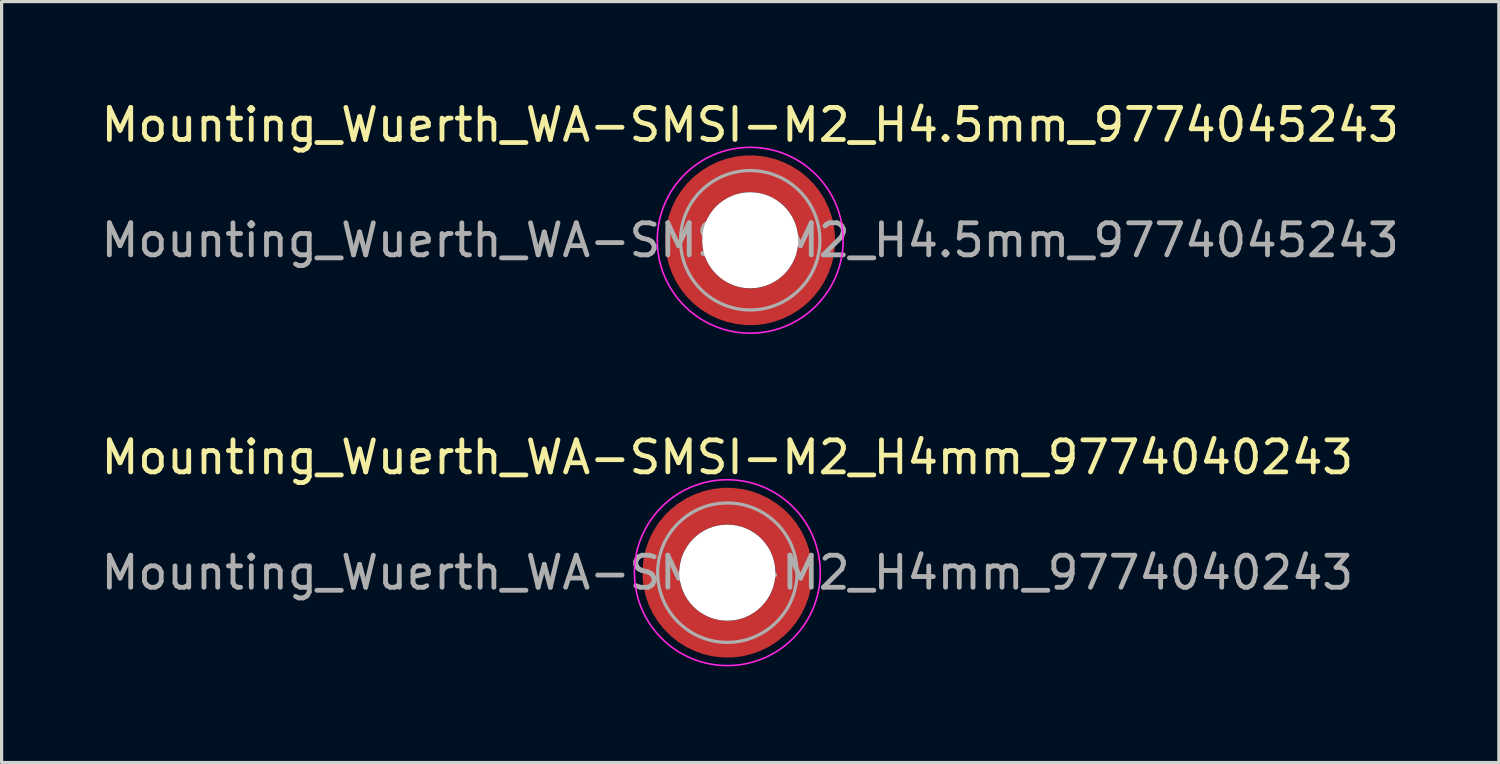
<source format=kicad_pcb>
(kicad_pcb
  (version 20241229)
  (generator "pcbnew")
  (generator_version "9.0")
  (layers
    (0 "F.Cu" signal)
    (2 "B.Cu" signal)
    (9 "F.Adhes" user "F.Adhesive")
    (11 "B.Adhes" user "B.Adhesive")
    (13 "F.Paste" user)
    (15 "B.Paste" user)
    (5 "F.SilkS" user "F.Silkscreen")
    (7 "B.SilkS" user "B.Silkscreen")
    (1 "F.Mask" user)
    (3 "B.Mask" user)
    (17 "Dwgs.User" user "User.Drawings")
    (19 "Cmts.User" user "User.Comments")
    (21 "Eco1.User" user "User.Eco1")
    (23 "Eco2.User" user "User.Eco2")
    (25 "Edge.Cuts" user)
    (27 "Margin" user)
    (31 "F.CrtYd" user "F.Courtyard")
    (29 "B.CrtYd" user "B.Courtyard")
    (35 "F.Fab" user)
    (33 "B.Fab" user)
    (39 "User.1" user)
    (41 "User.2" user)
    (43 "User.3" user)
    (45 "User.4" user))
  (footprint "Mounting_Wuerth_WA-SMSI-M2_H4.5mm_9774045243"
    (layer "F.Cu")
    (at 20.363 4.448)
    (property "Reference" "Mounting_Wuerth_WA-SMSI-M2_H4.5mm_9774045243" (at 0 -3.6 0) (layer "F.SilkS") (effects (font (size 1 1) (thickness 0.15))))
    (attr smd)
    (fp_circle (center 0 0) (end 2.9 0) (stroke (width 0.05) (type solid)) (fill no) (layer "F.CrtYd"))
    (fp_circle (center 0 0) (end 2.175 0) (stroke (width 0.1) (type solid)) (fill no) (layer "F.Fab"))
    (fp_text user "${REFERENCE}" (at 0 0 0) (layer "F.Fab") (effects (font (size 1 1) (thickness 0.15))))
    (pad "" smd custom (at -1.453 -1.453) (size 0.61 0.61) (layers "F.Paste") (options (anchor circle)) (primitives (gr_arc (start -0.147677 1.053104) (mid 0.285964 0.286792) (end 1.051968 -0.147393) (width 0.2)) (gr_arc (start -0.240295 1.053104) (mid 0.22253 0.222946) (end 1.052531 -0.24016) (width 0.2)) (gr_arc (start -0.332645 1.053104) (mid 0.158548 0.15965) (end 1.051583 -0.332304) (width 0.2)) (gr_arc (start -0.424767 1.053104) (mid 0.09486 0.096059) (end 1.051446 -0.424413) (width 0.2)) (gr_arc (start -0.516693 1.053104) (mid 0.031293 0.032346) (end 1.051645 -0.516396) (width 0.2)) (gr_arc (start -0.608448 1.053104) (mid -0.032323 -0.031316) (end 1.051707 -0.608176) (width 0.2)) (gr_arc (start -0.700056 1.053104) (mid -0.09616 -0.094758) (end 1.051155 -0.699693) (width 0.2)) (gr_arc (start -0.791534 1.053104) (mid -0.160388 -0.15781) (end 1.049515 -0.790891) (width 0.2)) (gr_arc (start -0.882896 1.053104) (mid -0.223713 -0.221764) (end 1.050388 -0.882429) (width 0.2)) (gr_arc (start -0.974157 1.053104) (mid -0.287654 -0.2851) (end 1.049541 -0.973566) (width 0.2)) (gr_line (start 1.053 -0.148) (end 1.053 -0.974) (width 0.2)) (gr_line (start -0.148 1.053) (end -0.974 1.053) (width 0.2))))
    (pad "" smd custom (at -1.453 1.453) (size 0.61 0.61) (layers "F.Paste") (options (anchor circle)) (primitives (gr_arc (start 1.053104 0.147677) (mid 0.286792 -0.285964) (end -0.147393 -1.051968) (width 0.2)) (gr_arc (start 1.053104 0.240295) (mid 0.222946 -0.22253) (end -0.24016 -1.052531) (width 0.2)) (gr_arc (start 1.053104 0.332645) (mid 0.15965 -0.158548) (end -0.332304 -1.051583) (width 0.2)) (gr_arc (start 1.053104 0.424767) (mid 0.096059 -0.09486) (end -0.424413 -1.051446) (width 0.2)) (gr_arc (start 1.053104 0.516693) (mid 0.032346 -0.031293) (end -0.516396 -1.051645) (width 0.2)) (gr_arc (start 1.053104 0.608448) (mid -0.031316 0.032323) (end -0.608176 -1.051707) (width 0.2)) (gr_arc (start 1.053104 0.700056) (mid -0.094758 0.09616) (end -0.699693 -1.051155) (width 0.2)) (gr_arc (start 1.053104 0.791534) (mid -0.15781 0.160388) (end -0.790891 -1.049515) (width 0.2)) (gr_arc (start 1.053104 0.882896) (mid -0.221765 0.223713) (end -0.882429 -1.050388) (width 0.2)) (gr_arc (start 1.053104 0.974157) (mid -0.2851 0.287654) (end -0.973566 -1.049541) (width 0.2)) (gr_line (start -0.148 -1.053) (end -0.974 -1.053) (width 0.2)) (gr_line (start 1.053 0.148) (end 1.053 0.974) (width 0.2))))
    (pad "" np_thru_hole circle (at 0 0) (size 3 3) (drill 3) (layers "*.Cu" "*.Mask"))
    (pad "" smd custom (at 1.453 -1.453) (size 0.61 0.61) (layers "F.Paste") (options (anchor circle)) (primitives (gr_arc (start -1.053104 -0.147677) (mid -0.286792 0.285964) (end 0.147393 1.051968) (width 0.2)) (gr_arc (start -1.053104 -0.240295) (mid -0.222946 0.22253) (end 0.24016 1.052531) (width 0.2)) (gr_arc (start -1.053104 -0.332645) (mid -0.15965 0.158548) (end 0.332304 1.051583) (width 0.2)) (gr_arc (start -1.053104 -0.424767) (mid -0.096059 0.09486) (end 0.424413 1.051446) (width 0.2)) (gr_arc (start -1.053104 -0.516693) (mid -0.032346 0.031293) (end 0.516396 1.051645) (width 0.2)) (gr_arc (start -1.053104 -0.608448) (mid 0.031316 -0.032323) (end 0.608176 1.051707) (width 0.2)) (gr_arc (start -1.053104 -0.700056) (mid 0.094758 -0.09616) (end 0.699693 1.051155) (width 0.2)) (gr_arc (start -1.053104 -0.791534) (mid 0.15781 -0.160388) (end 0.790891 1.049515) (width 0.2)) (gr_arc (start -1.053104 -0.882896) (mid 0.221764 -0.223713) (end 0.882429 1.050388) (width 0.2)) (gr_arc (start -1.053104 -0.974157) (mid 0.2851 -0.287654) (end 0.973566 1.049541) (width 0.2)) (gr_line (start 0.148 1.053) (end 0.974 1.053) (width 0.2)) (gr_line (start -1.053 -0.148) (end -1.053 -0.974) (width 0.2))))
    (pad "" smd custom (at 1.453 1.453) (size 0.61 0.61) (layers "F.Paste") (options (anchor circle)) (primitives (gr_arc (start 0.147677 -1.053104) (mid -0.285964 -0.286792) (end -1.051968 0.147393) (width 0.2)) (gr_arc (start 0.240295 -1.053104) (mid -0.22253 -0.222946) (end -1.052531 0.24016) (width 0.2)) (gr_arc (start 0.332645 -1.053104) (mid -0.158548 -0.15965) (end -1.051583 0.332304) (width 0.2)) (gr_arc (start 0.424767 -1.053104) (mid -0.09486 -0.096059) (end -1.051446 0.424413) (width 0.2)) (gr_arc (start 0.516693 -1.053104) (mid -0.031293 -0.032346) (end -1.051645 0.516396) (width 0.2)) (gr_arc (start 0.608448 -1.053104) (mid 0.032323 0.031316) (end -1.051707 0.608176) (width 0.2)) (gr_arc (start 0.700056 -1.053104) (mid 0.09616 0.094758) (end -1.051155 0.699693) (width 0.2)) (gr_arc (start 0.791534 -1.053104) (mid 0.160388 0.15781) (end -1.049515 0.790891) (width 0.2)) (gr_arc (start 0.882896 -1.053104) (mid 0.223713 0.221764) (end -1.050388 0.882429) (width 0.2)) (gr_arc (start 0.974157 -1.053104) (mid 0.287654 0.2851) (end -1.049541 0.973566) (width 0.2)) (gr_line (start -1.053 0.148) (end -1.053 0.974) (width 0.2)) (gr_line (start 0.148 -1.053) (end 0.974 -1.053) (width 0.2))))
    (pad "1" smd circle (at -2.075 0) (size 0.75 0.75) (layers "F.Cu"))
    (pad "1" smd circle (at 0 -2.075) (size 0.75 0.75) (layers "F.Cu"))
    (pad "1" smd circle (at 0 2.075) (size 0.75 0.75) (layers "F.Cu"))
    (pad "1" smd custom (at 2.075 0) (size 0.75 0.75) (layers "F.Cu" "F.Mask") (options (anchor circle)) (primitives (gr_circle (center -2.075 0) (end 0 0) (width 1.15) (fill no)))))
  (footprint "Mounting_Wuerth_WA-SMSI-M2_H4mm_9774040243"
    (layer "F.Cu")
    (at 19.649 14.822)
    (property "Reference" "Mounting_Wuerth_WA-SMSI-M2_H4mm_9774040243" (at 0 -3.6 0) (layer "F.SilkS") (effects (font (size 1 1) (thickness 0.15))))
    (attr smd)
    (fp_circle (center 0 0) (end 2.9 0) (stroke (width 0.05) (type solid)) (fill no) (layer "F.CrtYd"))
    (fp_circle (center 0 0) (end 2.175 0) (stroke (width 0.1) (type solid)) (fill no) (layer "F.Fab"))
    (fp_text user "${REFERENCE}" (at 0 0 0) (layer "F.Fab") (effects (font (size 1 1) (thickness 0.15))))
    (pad "" smd custom (at -1.453 -1.453) (size 0.61 0.61) (layers "F.Paste") (options (anchor circle)) (primitives (gr_arc (start -0.147677 1.053104) (mid 0.285964 0.286792) (end 1.051968 -0.147393) (width 0.2)) (gr_arc (start -0.240295 1.053104) (mid 0.22253 0.222946) (end 1.052531 -0.24016) (width 0.2)) (gr_arc (start -0.332645 1.053104) (mid 0.158548 0.15965) (end 1.051583 -0.332304) (width 0.2)) (gr_arc (start -0.424767 1.053104) (mid 0.09486 0.096059) (end 1.051446 -0.424413) (width 0.2)) (gr_arc (start -0.516693 1.053104) (mid 0.031293 0.032346) (end 1.051645 -0.516396) (width 0.2)) (gr_arc (start -0.608448 1.053104) (mid -0.032323 -0.031316) (end 1.051707 -0.608176) (width 0.2)) (gr_arc (start -0.700056 1.053104) (mid -0.09616 -0.094758) (end 1.051155 -0.699693) (width 0.2)) (gr_arc (start -0.791534 1.053104) (mid -0.160388 -0.15781) (end 1.049515 -0.790891) (width 0.2)) (gr_arc (start -0.882896 1.053104) (mid -0.223713 -0.221764) (end 1.050388 -0.882429) (width 0.2)) (gr_arc (start -0.974157 1.053104) (mid -0.287654 -0.2851) (end 1.049541 -0.973566) (width 0.2)) (gr_line (start 1.053 -0.148) (end 1.053 -0.974) (width 0.2)) (gr_line (start -0.148 1.053) (end -0.974 1.053) (width 0.2))))
    (pad "" smd custom (at -1.453 1.453) (size 0.61 0.61) (layers "F.Paste") (options (anchor circle)) (primitives (gr_arc (start 1.053104 0.147677) (mid 0.286792 -0.285964) (end -0.147393 -1.051968) (width 0.2)) (gr_arc (start 1.053104 0.240295) (mid 0.222946 -0.22253) (end -0.24016 -1.052531) (width 0.2)) (gr_arc (start 1.053104 0.332645) (mid 0.15965 -0.158548) (end -0.332304 -1.051583) (width 0.2)) (gr_arc (start 1.053104 0.424767) (mid 0.096059 -0.09486) (end -0.424413 -1.051446) (width 0.2)) (gr_arc (start 1.053104 0.516693) (mid 0.032346 -0.031293) (end -0.516396 -1.051645) (width 0.2)) (gr_arc (start 1.053104 0.608448) (mid -0.031316 0.032323) (end -0.608176 -1.051707) (width 0.2)) (gr_arc (start 1.053104 0.700056) (mid -0.094758 0.09616) (end -0.699693 -1.051155) (width 0.2)) (gr_arc (start 1.053104 0.791534) (mid -0.15781 0.160388) (end -0.790891 -1.049515) (width 0.2)) (gr_arc (start 1.053104 0.882896) (mid -0.221765 0.223713) (end -0.882429 -1.050388) (width 0.2)) (gr_arc (start 1.053104 0.974157) (mid -0.2851 0.287654) (end -0.973566 -1.049541) (width 0.2)) (gr_line (start -0.148 -1.053) (end -0.974 -1.053) (width 0.2)) (gr_line (start 1.053 0.148) (end 1.053 0.974) (width 0.2))))
    (pad "" np_thru_hole circle (at 0 0) (size 3 3) (drill 3) (layers "*.Cu" "*.Mask"))
    (pad "" smd custom (at 1.453 -1.453) (size 0.61 0.61) (layers "F.Paste") (options (anchor circle)) (primitives (gr_arc (start -1.053104 -0.147677) (mid -0.286792 0.285964) (end 0.147393 1.051968) (width 0.2)) (gr_arc (start -1.053104 -0.240295) (mid -0.222946 0.22253) (end 0.24016 1.052531) (width 0.2)) (gr_arc (start -1.053104 -0.332645) (mid -0.15965 0.158548) (end 0.332304 1.051583) (width 0.2)) (gr_arc (start -1.053104 -0.424767) (mid -0.096059 0.09486) (end 0.424413 1.051446) (width 0.2)) (gr_arc (start -1.053104 -0.516693) (mid -0.032346 0.031293) (end 0.516396 1.051645) (width 0.2)) (gr_arc (start -1.053104 -0.608448) (mid 0.031316 -0.032323) (end 0.608176 1.051707) (width 0.2)) (gr_arc (start -1.053104 -0.700056) (mid 0.094758 -0.09616) (end 0.699693 1.051155) (width 0.2)) (gr_arc (start -1.053104 -0.791534) (mid 0.15781 -0.160388) (end 0.790891 1.049515) (width 0.2)) (gr_arc (start -1.053104 -0.882896) (mid 0.221764 -0.223713) (end 0.882429 1.050388) (width 0.2)) (gr_arc (start -1.053104 -0.974157) (mid 0.2851 -0.287654) (end 0.973566 1.049541) (width 0.2)) (gr_line (start 0.148 1.053) (end 0.974 1.053) (width 0.2)) (gr_line (start -1.053 -0.148) (end -1.053 -0.974) (width 0.2))))
    (pad "" smd custom (at 1.453 1.453) (size 0.61 0.61) (layers "F.Paste") (options (anchor circle)) (primitives (gr_arc (start 0.147677 -1.053104) (mid -0.285964 -0.286792) (end -1.051968 0.147393) (width 0.2)) (gr_arc (start 0.240295 -1.053104) (mid -0.22253 -0.222946) (end -1.052531 0.24016) (width 0.2)) (gr_arc (start 0.332645 -1.053104) (mid -0.158548 -0.15965) (end -1.051583 0.332304) (width 0.2)) (gr_arc (start 0.424767 -1.053104) (mid -0.09486 -0.096059) (end -1.051446 0.424413) (width 0.2)) (gr_arc (start 0.516693 -1.053104) (mid -0.031293 -0.032346) (end -1.051645 0.516396) (width 0.2)) (gr_arc (start 0.608448 -1.053104) (mid 0.032323 0.031316) (end -1.051707 0.608176) (width 0.2)) (gr_arc (start 0.700056 -1.053104) (mid 0.09616 0.094758) (end -1.051155 0.699693) (width 0.2)) (gr_arc (start 0.791534 -1.053104) (mid 0.160388 0.15781) (end -1.049515 0.790891) (width 0.2)) (gr_arc (start 0.882896 -1.053104) (mid 0.223713 0.221764) (end -1.050388 0.882429) (width 0.2)) (gr_arc (start 0.974157 -1.053104) (mid 0.287654 0.2851) (end -1.049541 0.973566) (width 0.2)) (gr_line (start -1.053 0.148) (end -1.053 0.974) (width 0.2)) (gr_line (start 0.148 -1.053) (end 0.974 -1.053) (width 0.2))))
    (pad "1" smd circle (at -2.075 0) (size 0.75 0.75) (layers "F.Cu"))
    (pad "1" smd circle (at 0 -2.075) (size 0.75 0.75) (layers "F.Cu"))
    (pad "1" smd circle (at 0 2.075) (size 0.75 0.75) (layers "F.Cu"))
    (pad "1" smd custom (at 2.075 0) (size 0.75 0.75) (layers "F.Cu" "F.Mask") (options (anchor circle)) (primitives (gr_circle (center -2.075 0) (end 0 0) (width 1.15) (fill no)))))
  (gr_rect
    (start -3 -3)
    (end 43.726 20.747)
    (stroke (width 0.1) (type default))
    (fill no)
    (layer "Edge.Cuts")))
</source>
